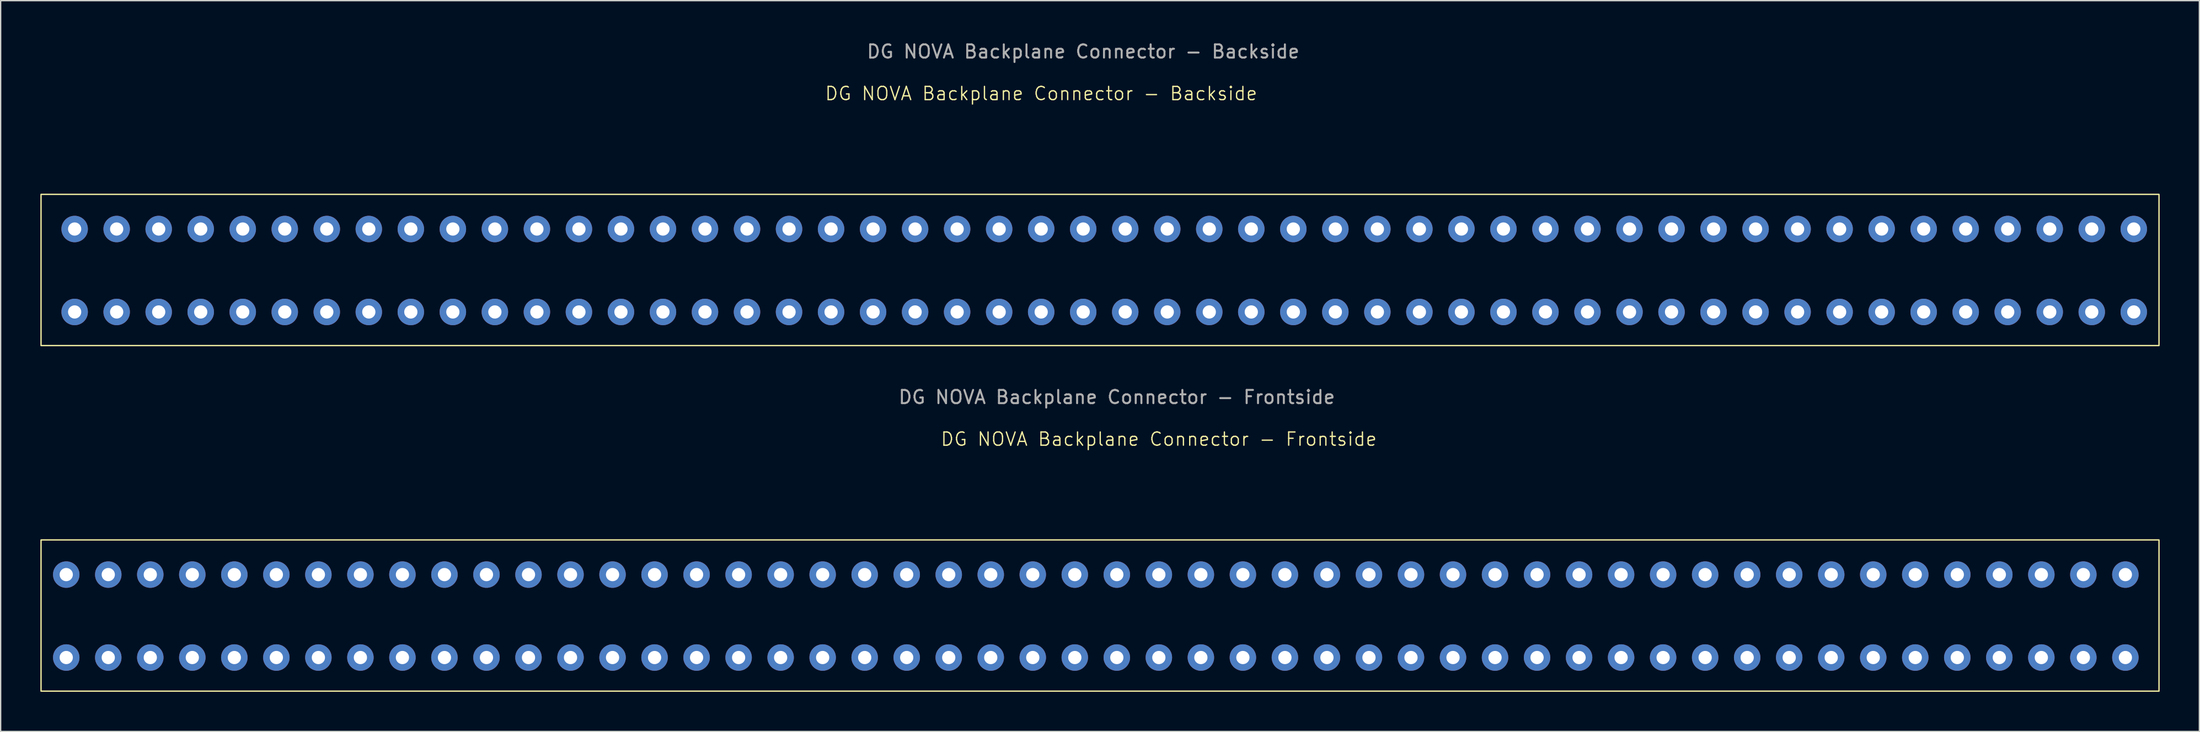
<source format=kicad_pcb>
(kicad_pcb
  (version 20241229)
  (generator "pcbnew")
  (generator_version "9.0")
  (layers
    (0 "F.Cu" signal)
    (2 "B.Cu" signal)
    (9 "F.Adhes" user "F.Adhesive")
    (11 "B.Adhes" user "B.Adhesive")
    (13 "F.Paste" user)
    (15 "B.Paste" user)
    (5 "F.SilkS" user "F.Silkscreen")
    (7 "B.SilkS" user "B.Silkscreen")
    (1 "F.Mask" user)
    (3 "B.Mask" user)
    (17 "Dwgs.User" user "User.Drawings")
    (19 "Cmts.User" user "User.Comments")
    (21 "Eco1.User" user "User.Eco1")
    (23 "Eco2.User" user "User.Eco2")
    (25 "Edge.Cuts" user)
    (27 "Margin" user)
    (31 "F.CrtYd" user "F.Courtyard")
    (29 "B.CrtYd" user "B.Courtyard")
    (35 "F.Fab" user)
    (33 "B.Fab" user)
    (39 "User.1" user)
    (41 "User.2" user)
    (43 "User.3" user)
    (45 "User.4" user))
  (footprint "DG NOVA Backplane Connector - Frontside"
    (layer "F.Cu")
    (at 80.33 43.562)
    (property "Reference" "DG NOVA Backplane Connector - Frontside" (at 4.175 -13.415 0) (unlocked yes) (layer "F.SilkS") (effects (font (size 1 1) (thickness 0.1))))
    (attr through_hole)
    (fp_rect (start 79.74 5.635) (end -80.28 -5.795) (stroke (width 0.1) (type default)) (fill no) (layer "F.SilkS"))
    (fp_text user "${REFERENCE}" (at 1 -16.59 0) (unlocked yes) (layer "F.Fab") (effects (font (size 1 1) (thickness 0.15))))
    (pad "1" thru_hole circle (at 77.2 -3.175 90) (size 2 2) (drill 1) (layers "*.Cu" "*.Mask"))
    (pad "2" thru_hole circle (at 77.2 3.095 90) (size 2 2) (drill 1) (layers "*.Cu" "*.Mask"))
    (pad "3" thru_hole circle (at 74.025 -3.175 90) (size 2 2) (drill 1) (layers "*.Cu" "*.Mask"))
    (pad "4" thru_hole circle (at 74.025 3.095 90) (size 2 2) (drill 1) (layers "*.Cu" "*.Mask"))
    (pad "5" thru_hole circle (at 70.85 -3.175 90) (size 2 2) (drill 1) (layers "*.Cu" "*.Mask"))
    (pad "6" thru_hole circle (at 70.85 3.095 90) (size 2 2) (drill 1) (layers "*.Cu" "*.Mask"))
    (pad "7" thru_hole circle (at 67.675 -3.175 90) (size 2 2) (drill 1) (layers "*.Cu" "*.Mask"))
    (pad "8" thru_hole circle (at 67.675 3.095 90) (size 2 2) (drill 1) (layers "*.Cu" "*.Mask"))
    (pad "9" thru_hole circle (at 64.5 -3.175 90) (size 2 2) (drill 1) (layers "*.Cu" "*.Mask"))
    (pad "10" thru_hole circle (at 64.5 3.095 90) (size 2 2) (drill 1) (layers "*.Cu" "*.Mask"))
    (pad "11" thru_hole circle (at 61.325 -3.175 90) (size 2 2) (drill 1) (layers "*.Cu" "*.Mask"))
    (pad "12" thru_hole circle (at 61.325 3.095 90) (size 2 2) (drill 1) (layers "*.Cu" "*.Mask"))
    (pad "13" thru_hole circle (at 58.15 -3.175 90) (size 2 2) (drill 1) (layers "*.Cu" "*.Mask"))
    (pad "14" thru_hole circle (at 58.15 3.095 90) (size 2 2) (drill 1) (layers "*.Cu" "*.Mask"))
    (pad "15" thru_hole circle (at 54.975 -3.175 90) (size 2 2) (drill 1) (layers "*.Cu" "*.Mask"))
    (pad "16" thru_hole circle (at 54.975 3.095 90) (size 2 2) (drill 1) (layers "*.Cu" "*.Mask"))
    (pad "17" thru_hole circle (at 51.8 -3.175 90) (size 2 2) (drill 1) (layers "*.Cu" "*.Mask"))
    (pad "18" thru_hole circle (at 51.8 3.095 90) (size 2 2) (drill 1) (layers "*.Cu" "*.Mask"))
    (pad "19" thru_hole circle (at 48.625 -3.175 90) (size 2 2) (drill 1) (layers "*.Cu" "*.Mask"))
    (pad "20" thru_hole circle (at 48.625 3.095 90) (size 2 2) (drill 1) (layers "*.Cu" "*.Mask"))
    (pad "21" thru_hole circle (at 45.45 -3.175 90) (size 2 2) (drill 1) (layers "*.Cu" "*.Mask"))
    (pad "22" thru_hole circle (at 45.45 3.095 90) (size 2 2) (drill 1) (layers "*.Cu" "*.Mask"))
    (pad "23" thru_hole circle (at 42.275 -3.175 90) (size 2 2) (drill 1) (layers "*.Cu" "*.Mask"))
    (pad "24" thru_hole circle (at 42.275 3.095 90) (size 2 2) (drill 1) (layers "*.Cu" "*.Mask"))
    (pad "25" thru_hole circle (at 39.1 -3.175 90) (size 2 2) (drill 1) (layers "*.Cu" "*.Mask"))
    (pad "26" thru_hole circle (at 39.1 3.095 90) (size 2 2) (drill 1) (layers "*.Cu" "*.Mask"))
    (pad "27" thru_hole circle (at 35.925 -3.175 90) (size 2 2) (drill 1) (layers "*.Cu" "*.Mask"))
    (pad "28" thru_hole circle (at 35.925 3.095 90) (size 2 2) (drill 1) (layers "*.Cu" "*.Mask"))
    (pad "29" thru_hole circle (at 32.75 -3.175 90) (size 2 2) (drill 1) (layers "*.Cu" "*.Mask"))
    (pad "30" thru_hole circle (at 32.75 3.095 90) (size 2 2) (drill 1) (layers "*.Cu" "*.Mask"))
    (pad "31" thru_hole circle (at 29.575 -3.175 90) (size 2 2) (drill 1) (layers "*.Cu" "*.Mask"))
    (pad "32" thru_hole circle (at 29.575 3.095 90) (size 2 2) (drill 1) (layers "*.Cu" "*.Mask"))
    (pad "33" thru_hole circle (at 26.4 -3.175 90) (size 2 2) (drill 1) (layers "*.Cu" "*.Mask"))
    (pad "34" thru_hole circle (at 26.4 3.095 90) (size 2 2) (drill 1) (layers "*.Cu" "*.Mask"))
    (pad "35" thru_hole circle (at 23.225 -3.175 90) (size 2 2) (drill 1) (layers "*.Cu" "*.Mask"))
    (pad "36" thru_hole circle (at 23.225 3.095 90) (size 2 2) (drill 1) (layers "*.Cu" "*.Mask"))
    (pad "37" thru_hole circle (at 20.05 -3.175 90) (size 2 2) (drill 1) (layers "*.Cu" "*.Mask"))
    (pad "38" thru_hole circle (at 20.05 3.095 90) (size 2 2) (drill 1) (layers "*.Cu" "*.Mask"))
    (pad "39" thru_hole circle (at 16.875 -3.175 90) (size 2 2) (drill 1) (layers "*.Cu" "*.Mask"))
    (pad "40" thru_hole circle (at 16.875 3.095 90) (size 2 2) (drill 1) (layers "*.Cu" "*.Mask"))
    (pad "41" thru_hole circle (at 13.7 -3.175 90) (size 2 2) (drill 1) (layers "*.Cu" "*.Mask"))
    (pad "42" thru_hole circle (at 13.7 3.095 90) (size 2 2) (drill 1) (layers "*.Cu" "*.Mask"))
    (pad "43" thru_hole circle (at 10.525 -3.175 90) (size 2 2) (drill 1) (layers "*.Cu" "*.Mask"))
    (pad "44" thru_hole circle (at 10.525 3.095 90) (size 2 2) (drill 1) (layers "*.Cu" "*.Mask"))
    (pad "45" thru_hole circle (at 7.35 -3.175 90) (size 2 2) (drill 1) (layers "*.Cu" "*.Mask"))
    (pad "46" thru_hole circle (at 7.35 3.095 90) (size 2 2) (drill 1) (layers "*.Cu" "*.Mask"))
    (pad "47" thru_hole circle (at 4.175 -3.175 90) (size 2 2) (drill 1) (layers "*.Cu" "*.Mask"))
    (pad "48" thru_hole circle (at 4.175 3.095 90) (size 2 2) (drill 1) (layers "*.Cu" "*.Mask"))
    (pad "49" thru_hole circle (at 1 -3.175 90) (size 2 2) (drill 1) (layers "*.Cu" "*.Mask"))
    (pad "50" thru_hole circle (at 1 3.095 90) (size 2 2) (drill 1) (layers "*.Cu" "*.Mask"))
    (pad "51" thru_hole circle (at -2.175 -3.175 90) (size 2 2) (drill 1) (layers "*.Cu" "*.Mask"))
    (pad "52" thru_hole circle (at -2.175 3.095 90) (size 2 2) (drill 1) (layers "*.Cu" "*.Mask"))
    (pad "53" thru_hole circle (at -5.35 -3.175 90) (size 2 2) (drill 1) (layers "*.Cu" "*.Mask"))
    (pad "54" thru_hole circle (at -5.35 3.095 90) (size 2 2) (drill 1) (layers "*.Cu" "*.Mask"))
    (pad "55" thru_hole circle (at -8.525 -3.175 90) (size 2 2) (drill 1) (layers "*.Cu" "*.Mask"))
    (pad "56" thru_hole circle (at -8.525 3.095 90) (size 2 2) (drill 1) (layers "*.Cu" "*.Mask"))
    (pad "57" thru_hole circle (at -11.7 -3.175 90) (size 2 2) (drill 1) (layers "*.Cu" "*.Mask"))
    (pad "58" thru_hole circle (at -11.7 3.095 90) (size 2 2) (drill 1) (layers "*.Cu" "*.Mask"))
    (pad "59" thru_hole circle (at -14.875 -3.175 90) (size 2 2) (drill 1) (layers "*.Cu" "*.Mask"))
    (pad "60" thru_hole circle (at -14.875 3.095 90) (size 2 2) (drill 1) (layers "*.Cu" "*.Mask"))
    (pad "61" thru_hole circle (at -18.05 -3.175 90) (size 2 2) (drill 1) (layers "*.Cu" "*.Mask"))
    (pad "62" thru_hole circle (at -18.05 3.095 90) (size 2 2) (drill 1) (layers "*.Cu" "*.Mask"))
    (pad "63" thru_hole circle (at -21.225 -3.175 90) (size 2 2) (drill 1) (layers "*.Cu" "*.Mask"))
    (pad "64" thru_hole circle (at -21.225 3.095 90) (size 2 2) (drill 1) (layers "*.Cu" "*.Mask"))
    (pad "65" thru_hole circle (at -24.4 -3.175 90) (size 2 2) (drill 1) (layers "*.Cu" "*.Mask"))
    (pad "66" thru_hole circle (at -24.4 3.095 90) (size 2 2) (drill 1) (layers "*.Cu" "*.Mask"))
    (pad "67" thru_hole circle (at -27.575 -3.175 90) (size 2 2) (drill 1) (layers "*.Cu" "*.Mask"))
    (pad "68" thru_hole circle (at -27.575 3.095 90) (size 2 2) (drill 1) (layers "*.Cu" "*.Mask"))
    (pad "69" thru_hole circle (at -30.75 -3.175 90) (size 2 2) (drill 1) (layers "*.Cu" "*.Mask"))
    (pad "70" thru_hole circle (at -30.75 3.095 90) (size 2 2) (drill 1) (layers "*.Cu" "*.Mask"))
    (pad "71" thru_hole circle (at -33.925 -3.175 90) (size 2 2) (drill 1) (layers "*.Cu" "*.Mask"))
    (pad "72" thru_hole circle (at -33.925 3.095 90) (size 2 2) (drill 1) (layers "*.Cu" "*.Mask"))
    (pad "73" thru_hole circle (at -37.1 -3.175 90) (size 2 2) (drill 1) (layers "*.Cu" "*.Mask"))
    (pad "74" thru_hole circle (at -37.1 3.095 90) (size 2 2) (drill 1) (layers "*.Cu" "*.Mask"))
    (pad "75" thru_hole circle (at -40.275 -3.175 90) (size 2 2) (drill 1) (layers "*.Cu" "*.Mask"))
    (pad "76" thru_hole circle (at -40.275 3.095 90) (size 2 2) (drill 1) (layers "*.Cu" "*.Mask"))
    (pad "77" thru_hole circle (at -43.45 -3.175 90) (size 2 2) (drill 1) (layers "*.Cu" "*.Mask"))
    (pad "78" thru_hole circle (at -43.45 3.095 90) (size 2 2) (drill 1) (layers "*.Cu" "*.Mask"))
    (pad "79" thru_hole circle (at -46.625 -3.175 90) (size 2 2) (drill 1) (layers "*.Cu" "*.Mask"))
    (pad "80" thru_hole circle (at -46.625 3.095 90) (size 2 2) (drill 1) (layers "*.Cu" "*.Mask"))
    (pad "81" thru_hole circle (at -49.8 -3.175 90) (size 2 2) (drill 1) (layers "*.Cu" "*.Mask"))
    (pad "82" thru_hole circle (at -49.8 3.095 90) (size 2 2) (drill 1) (layers "*.Cu" "*.Mask"))
    (pad "83" thru_hole circle (at -52.975 -3.175 90) (size 2 2) (drill 1) (layers "*.Cu" "*.Mask"))
    (pad "84" thru_hole circle (at -52.975 3.095 90) (size 2 2) (drill 1) (layers "*.Cu" "*.Mask"))
    (pad "85" thru_hole circle (at -56.15 -3.175 90) (size 2 2) (drill 1) (layers "*.Cu" "*.Mask"))
    (pad "86" thru_hole circle (at -56.15 3.095 90) (size 2 2) (drill 1) (layers "*.Cu" "*.Mask"))
    (pad "87" thru_hole circle (at -59.325 -3.175 90) (size 2 2) (drill 1) (layers "*.Cu" "*.Mask"))
    (pad "88" thru_hole circle (at -59.325 3.095 90) (size 2 2) (drill 1) (layers "*.Cu" "*.Mask"))
    (pad "89" thru_hole circle (at -62.5 -3.175 90) (size 2 2) (drill 1) (layers "*.Cu" "*.Mask"))
    (pad "90" thru_hole circle (at -62.5 3.095 90) (size 2 2) (drill 1) (layers "*.Cu" "*.Mask"))
    (pad "91" thru_hole circle (at -65.675 -3.175 90) (size 2 2) (drill 1) (layers "*.Cu" "*.Mask"))
    (pad "92" thru_hole circle (at -65.675 3.095 90) (size 2 2) (drill 1) (layers "*.Cu" "*.Mask"))
    (pad "93" thru_hole circle (at -68.85 -3.175 90) (size 2 2) (drill 1) (layers "*.Cu" "*.Mask"))
    (pad "94" thru_hole circle (at -68.85 3.095 90) (size 2 2) (drill 1) (layers "*.Cu" "*.Mask"))
    (pad "95" thru_hole circle (at -72.025 -3.175 90) (size 2 2) (drill 1) (layers "*.Cu" "*.Mask"))
    (pad "96" thru_hole circle (at -72.025 3.095 90) (size 2 2) (drill 1) (layers "*.Cu" "*.Mask"))
    (pad "97" thru_hole circle (at -75.2 -3.175 90) (size 2 2) (drill 1) (layers "*.Cu" "*.Mask"))
    (pad "98" thru_hole circle (at -75.2 3.095 90) (size 2 2) (drill 1) (layers "*.Cu" "*.Mask"))
    (pad "99" thru_hole circle (at -78.375 -3.175 90) (size 2 2) (drill 1) (layers "*.Cu" "*.Mask"))
    (pad "100" thru_hole circle (at -78.375 3.095 90) (size 2 2) (drill 1) (layers "*.Cu" "*.Mask")))
  (footprint "DG NOVA Backplane Connector - Backside"
    (layer "F.Cu")
    (at 79.155 17.358)
    (property "Reference" "DG NOVA Backplane Connector - Backside" (at -3.54 -13.335 0) (unlocked yes) (layer "F.SilkS") (effects (font (size 1 1) (thickness 0.1))))
    (attr through_hole)
    (fp_rect (start -79.105 5.715) (end 80.915 -5.715) (stroke (width 0.1) (type default)) (fill no) (layer "F.SilkS"))
    (fp_text user "${REFERENCE}" (at -0.365 -16.51 0) (unlocked yes) (layer "F.Fab") (effects (font (size 1 1) (thickness 0.15))))
    (pad "1" thru_hole circle (at -76.565 -3.095 270) (size 2 2) (drill 1) (layers "*.Cu" "*.Mask"))
    (pad "2" thru_hole circle (at -76.565 3.175 270) (size 2 2) (drill 1) (layers "*.Cu" "*.Mask"))
    (pad "3" thru_hole circle (at -73.39 -3.095 270) (size 2 2) (drill 1) (layers "*.Cu" "*.Mask"))
    (pad "4" thru_hole circle (at -73.39 3.175 270) (size 2 2) (drill 1) (layers "*.Cu" "*.Mask"))
    (pad "5" thru_hole circle (at -70.215 -3.095 270) (size 2 2) (drill 1) (layers "*.Cu" "*.Mask"))
    (pad "6" thru_hole circle (at -70.215 3.175 270) (size 2 2) (drill 1) (layers "*.Cu" "*.Mask"))
    (pad "7" thru_hole circle (at -67.04 -3.095 270) (size 2 2) (drill 1) (layers "*.Cu" "*.Mask"))
    (pad "8" thru_hole circle (at -67.04 3.175 270) (size 2 2) (drill 1) (layers "*.Cu" "*.Mask"))
    (pad "9" thru_hole circle (at -63.865 -3.095 270) (size 2 2) (drill 1) (layers "*.Cu" "*.Mask"))
    (pad "10" thru_hole circle (at -63.865 3.175 270) (size 2 2) (drill 1) (layers "*.Cu" "*.Mask"))
    (pad "11" thru_hole circle (at -60.69 -3.095 270) (size 2 2) (drill 1) (layers "*.Cu" "*.Mask"))
    (pad "12" thru_hole circle (at -60.69 3.175 270) (size 2 2) (drill 1) (layers "*.Cu" "*.Mask"))
    (pad "13" thru_hole circle (at -57.515 -3.095 270) (size 2 2) (drill 1) (layers "*.Cu" "*.Mask"))
    (pad "14" thru_hole circle (at -57.515 3.175 270) (size 2 2) (drill 1) (layers "*.Cu" "*.Mask"))
    (pad "15" thru_hole circle (at -54.34 -3.095 270) (size 2 2) (drill 1) (layers "*.Cu" "*.Mask"))
    (pad "16" thru_hole circle (at -54.34 3.175 270) (size 2 2) (drill 1) (layers "*.Cu" "*.Mask"))
    (pad "17" thru_hole circle (at -51.165 -3.095 270) (size 2 2) (drill 1) (layers "*.Cu" "*.Mask"))
    (pad "18" thru_hole circle (at -51.165 3.175 270) (size 2 2) (drill 1) (layers "*.Cu" "*.Mask"))
    (pad "19" thru_hole circle (at -47.99 -3.095 270) (size 2 2) (drill 1) (layers "*.Cu" "*.Mask"))
    (pad "20" thru_hole circle (at -47.99 3.175 270) (size 2 2) (drill 1) (layers "*.Cu" "*.Mask"))
    (pad "21" thru_hole circle (at -44.815 -3.095 270) (size 2 2) (drill 1) (layers "*.Cu" "*.Mask"))
    (pad "22" thru_hole circle (at -44.815 3.175 270) (size 2 2) (drill 1) (layers "*.Cu" "*.Mask"))
    (pad "23" thru_hole circle (at -41.64 -3.095 270) (size 2 2) (drill 1) (layers "*.Cu" "*.Mask"))
    (pad "24" thru_hole circle (at -41.64 3.175 270) (size 2 2) (drill 1) (layers "*.Cu" "*.Mask"))
    (pad "25" thru_hole circle (at -38.465 -3.095 270) (size 2 2) (drill 1) (layers "*.Cu" "*.Mask"))
    (pad "26" thru_hole circle (at -38.465 3.175 270) (size 2 2) (drill 1) (layers "*.Cu" "*.Mask"))
    (pad "27" thru_hole circle (at -35.29 -3.095 270) (size 2 2) (drill 1) (layers "*.Cu" "*.Mask"))
    (pad "28" thru_hole circle (at -35.29 3.175 270) (size 2 2) (drill 1) (layers "*.Cu" "*.Mask"))
    (pad "29" thru_hole circle (at -32.115 -3.095 270) (size 2 2) (drill 1) (layers "*.Cu" "*.Mask"))
    (pad "30" thru_hole circle (at -32.115 3.175 270) (size 2 2) (drill 1) (layers "*.Cu" "*.Mask"))
    (pad "31" thru_hole circle (at -28.94 -3.095 270) (size 2 2) (drill 1) (layers "*.Cu" "*.Mask"))
    (pad "32" thru_hole circle (at -28.94 3.175 270) (size 2 2) (drill 1) (layers "*.Cu" "*.Mask"))
    (pad "33" thru_hole circle (at -25.765 -3.095 270) (size 2 2) (drill 1) (layers "*.Cu" "*.Mask"))
    (pad "34" thru_hole circle (at -25.765 3.175 270) (size 2 2) (drill 1) (layers "*.Cu" "*.Mask"))
    (pad "35" thru_hole circle (at -22.59 -3.095 270) (size 2 2) (drill 1) (layers "*.Cu" "*.Mask"))
    (pad "36" thru_hole circle (at -22.59 3.175 270) (size 2 2) (drill 1) (layers "*.Cu" "*.Mask"))
    (pad "37" thru_hole circle (at -19.415 -3.095 270) (size 2 2) (drill 1) (layers "*.Cu" "*.Mask"))
    (pad "38" thru_hole circle (at -19.415 3.175 270) (size 2 2) (drill 1) (layers "*.Cu" "*.Mask"))
    (pad "39" thru_hole circle (at -16.24 -3.095 270) (size 2 2) (drill 1) (layers "*.Cu" "*.Mask"))
    (pad "40" thru_hole circle (at -16.24 3.175 270) (size 2 2) (drill 1) (layers "*.Cu" "*.Mask"))
    (pad "41" thru_hole circle (at -13.065 -3.095 270) (size 2 2) (drill 1) (layers "*.Cu" "*.Mask"))
    (pad "42" thru_hole circle (at -13.065 3.175 270) (size 2 2) (drill 1) (layers "*.Cu" "*.Mask"))
    (pad "43" thru_hole circle (at -9.89 -3.095 270) (size 2 2) (drill 1) (layers "*.Cu" "*.Mask"))
    (pad "44" thru_hole circle (at -9.89 3.175 270) (size 2 2) (drill 1) (layers "*.Cu" "*.Mask"))
    (pad "45" thru_hole circle (at -6.715 -3.095 270) (size 2 2) (drill 1) (layers "*.Cu" "*.Mask"))
    (pad "46" thru_hole circle (at -6.715 3.175 270) (size 2 2) (drill 1) (layers "*.Cu" "*.Mask"))
    (pad "47" thru_hole circle (at -3.54 -3.095 270) (size 2 2) (drill 1) (layers "*.Cu" "*.Mask"))
    (pad "48" thru_hole circle (at -3.54 3.175 270) (size 2 2) (drill 1) (layers "*.Cu" "*.Mask"))
    (pad "49" thru_hole circle (at -0.365 -3.095 270) (size 2 2) (drill 1) (layers "*.Cu" "*.Mask"))
    (pad "50" thru_hole circle (at -0.365 3.175 270) (size 2 2) (drill 1) (layers "*.Cu" "*.Mask"))
    (pad "51" thru_hole circle (at 2.81 -3.095 270) (size 2 2) (drill 1) (layers "*.Cu" "*.Mask"))
    (pad "52" thru_hole circle (at 2.81 3.175 270) (size 2 2) (drill 1) (layers "*.Cu" "*.Mask"))
    (pad "53" thru_hole circle (at 5.985 -3.095 270) (size 2 2) (drill 1) (layers "*.Cu" "*.Mask"))
    (pad "54" thru_hole circle (at 5.985 3.175 270) (size 2 2) (drill 1) (layers "*.Cu" "*.Mask"))
    (pad "55" thru_hole circle (at 9.16 -3.095 270) (size 2 2) (drill 1) (layers "*.Cu" "*.Mask"))
    (pad "56" thru_hole circle (at 9.16 3.175 270) (size 2 2) (drill 1) (layers "*.Cu" "*.Mask"))
    (pad "57" thru_hole circle (at 12.335 -3.095 270) (size 2 2) (drill 1) (layers "*.Cu" "*.Mask"))
    (pad "58" thru_hole circle (at 12.335 3.175 270) (size 2 2) (drill 1) (layers "*.Cu" "*.Mask"))
    (pad "59" thru_hole circle (at 15.51 -3.095 270) (size 2 2) (drill 1) (layers "*.Cu" "*.Mask"))
    (pad "60" thru_hole circle (at 15.51 3.175 270) (size 2 2) (drill 1) (layers "*.Cu" "*.Mask"))
    (pad "61" thru_hole circle (at 18.685 -3.095 270) (size 2 2) (drill 1) (layers "*.Cu" "*.Mask"))
    (pad "62" thru_hole circle (at 18.685 3.175 270) (size 2 2) (drill 1) (layers "*.Cu" "*.Mask"))
    (pad "63" thru_hole circle (at 21.86 -3.095 270) (size 2 2) (drill 1) (layers "*.Cu" "*.Mask"))
    (pad "64" thru_hole circle (at 21.86 3.175 270) (size 2 2) (drill 1) (layers "*.Cu" "*.Mask"))
    (pad "65" thru_hole circle (at 25.035 -3.095 270) (size 2 2) (drill 1) (layers "*.Cu" "*.Mask"))
    (pad "66" thru_hole circle (at 25.035 3.175 270) (size 2 2) (drill 1) (layers "*.Cu" "*.Mask"))
    (pad "67" thru_hole circle (at 28.21 -3.095 270) (size 2 2) (drill 1) (layers "*.Cu" "*.Mask"))
    (pad "68" thru_hole circle (at 28.21 3.175 270) (size 2 2) (drill 1) (layers "*.Cu" "*.Mask"))
    (pad "69" thru_hole circle (at 31.385 -3.095 270) (size 2 2) (drill 1) (layers "*.Cu" "*.Mask"))
    (pad "70" thru_hole circle (at 31.385 3.175 270) (size 2 2) (drill 1) (layers "*.Cu" "*.Mask"))
    (pad "71" thru_hole circle (at 34.56 -3.095 270) (size 2 2) (drill 1) (layers "*.Cu" "*.Mask"))
    (pad "72" thru_hole circle (at 34.56 3.175 270) (size 2 2) (drill 1) (layers "*.Cu" "*.Mask"))
    (pad "73" thru_hole circle (at 37.735 -3.095 270) (size 2 2) (drill 1) (layers "*.Cu" "*.Mask"))
    (pad "74" thru_hole circle (at 37.735 3.175 270) (size 2 2) (drill 1) (layers "*.Cu" "*.Mask"))
    (pad "75" thru_hole circle (at 40.91 -3.095 270) (size 2 2) (drill 1) (layers "*.Cu" "*.Mask"))
    (pad "76" thru_hole circle (at 40.91 3.175 270) (size 2 2) (drill 1) (layers "*.Cu" "*.Mask"))
    (pad "77" thru_hole circle (at 44.085 -3.095 270) (size 2 2) (drill 1) (layers "*.Cu" "*.Mask"))
    (pad "78" thru_hole circle (at 44.085 3.175 270) (size 2 2) (drill 1) (layers "*.Cu" "*.Mask"))
    (pad "79" thru_hole circle (at 47.26 -3.095 270) (size 2 2) (drill 1) (layers "*.Cu" "*.Mask"))
    (pad "80" thru_hole circle (at 47.26 3.175 270) (size 2 2) (drill 1) (layers "*.Cu" "*.Mask"))
    (pad "81" thru_hole circle (at 50.435 -3.095 270) (size 2 2) (drill 1) (layers "*.Cu" "*.Mask"))
    (pad "82" thru_hole circle (at 50.435 3.175 270) (size 2 2) (drill 1) (layers "*.Cu" "*.Mask"))
    (pad "83" thru_hole circle (at 53.61 -3.095 270) (size 2 2) (drill 1) (layers "*.Cu" "*.Mask"))
    (pad "84" thru_hole circle (at 53.61 3.175 270) (size 2 2) (drill 1) (layers "*.Cu" "*.Mask"))
    (pad "85" thru_hole circle (at 56.785 -3.095 270) (size 2 2) (drill 1) (layers "*.Cu" "*.Mask"))
    (pad "86" thru_hole circle (at 56.785 3.175 270) (size 2 2) (drill 1) (layers "*.Cu" "*.Mask"))
    (pad "87" thru_hole circle (at 59.96 -3.095 270) (size 2 2) (drill 1) (layers "*.Cu" "*.Mask"))
    (pad "88" thru_hole circle (at 59.96 3.175 270) (size 2 2) (drill 1) (layers "*.Cu" "*.Mask"))
    (pad "89" thru_hole circle (at 63.135 -3.095 270) (size 2 2) (drill 1) (layers "*.Cu" "*.Mask"))
    (pad "90" thru_hole circle (at 63.135 3.175 270) (size 2 2) (drill 1) (layers "*.Cu" "*.Mask"))
    (pad "91" thru_hole circle (at 66.31 -3.095 270) (size 2 2) (drill 1) (layers "*.Cu" "*.Mask"))
    (pad "92" thru_hole circle (at 66.31 3.175 270) (size 2 2) (drill 1) (layers "*.Cu" "*.Mask"))
    (pad "93" thru_hole circle (at 69.485 -3.095 270) (size 2 2) (drill 1) (layers "*.Cu" "*.Mask"))
    (pad "94" thru_hole circle (at 69.485 3.175 270) (size 2 2) (drill 1) (layers "*.Cu" "*.Mask"))
    (pad "95" thru_hole circle (at 72.66 -3.095 270) (size 2 2) (drill 1) (layers "*.Cu" "*.Mask"))
    (pad "96" thru_hole circle (at 72.66 3.175 270) (size 2 2) (drill 1) (layers "*.Cu" "*.Mask"))
    (pad "97" thru_hole circle (at 75.835 -3.095 270) (size 2 2) (drill 1) (layers "*.Cu" "*.Mask"))
    (pad "98" thru_hole circle (at 75.835 3.175 270) (size 2 2) (drill 1) (layers "*.Cu" "*.Mask"))
    (pad "99" thru_hole circle (at 79.01 -3.095 270) (size 2 2) (drill 1) (layers "*.Cu" "*.Mask"))
    (pad "100" thru_hole circle (at 79.01 3.175 270) (size 2 2) (drill 1) (layers "*.Cu" "*.Mask")))
  (gr_rect
    (start -3 -3)
    (end 163.12 52.246)
    (stroke (width 0.1) (type default))
    (fill no)
    (layer "Edge.Cuts")))
</source>
